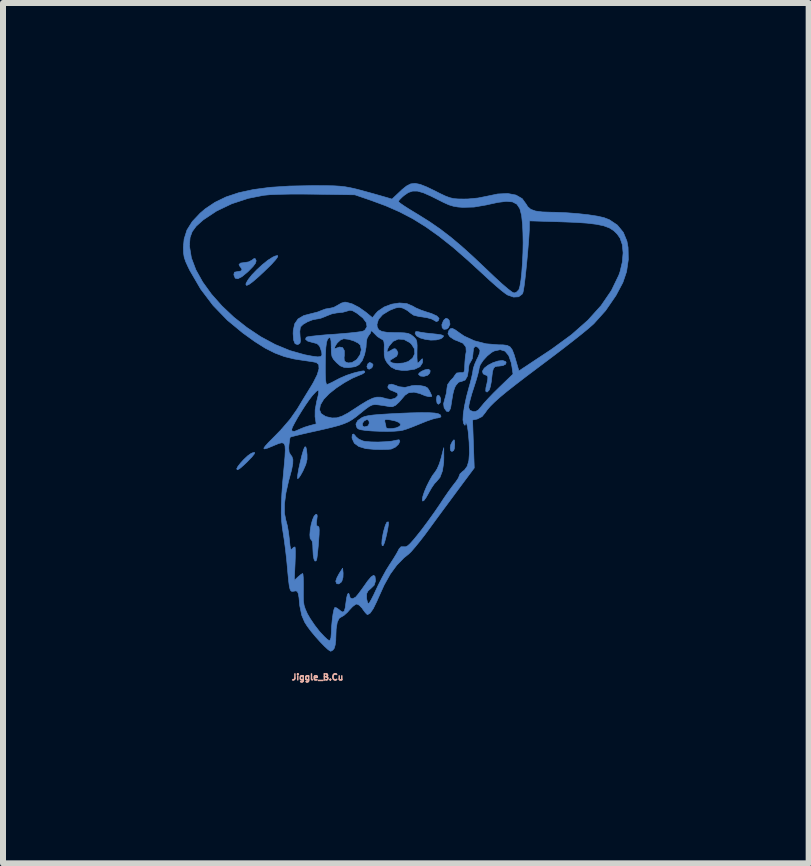
<source format=kicad_pcb>
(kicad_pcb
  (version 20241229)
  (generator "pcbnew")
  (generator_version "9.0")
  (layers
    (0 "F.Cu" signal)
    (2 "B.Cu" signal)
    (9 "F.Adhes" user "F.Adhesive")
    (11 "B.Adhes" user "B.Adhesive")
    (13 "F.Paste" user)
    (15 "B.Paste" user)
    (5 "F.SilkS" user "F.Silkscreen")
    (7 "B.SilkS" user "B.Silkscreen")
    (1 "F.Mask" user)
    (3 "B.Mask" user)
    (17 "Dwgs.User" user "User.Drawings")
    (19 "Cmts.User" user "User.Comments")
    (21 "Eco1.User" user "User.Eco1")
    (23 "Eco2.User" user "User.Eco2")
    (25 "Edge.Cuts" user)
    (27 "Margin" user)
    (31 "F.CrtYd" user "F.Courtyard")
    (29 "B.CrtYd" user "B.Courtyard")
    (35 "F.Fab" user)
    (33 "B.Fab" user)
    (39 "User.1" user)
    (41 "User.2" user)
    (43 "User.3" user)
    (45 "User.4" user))
  (footprint "Jiggle_B.Cu"
    (layer "F.Cu")
    (at 3.612 3.178)
    (property "Reference" "Jiggle_B.Cu" (at -1.372 5.055 0) (layer "B.SilkS") (effects (font (size 0.1 0.1) (thickness 0.025))))
    (attr board_only exclude_from_pos_files exclude_from_bom)
    (fp_poly (pts (xy -0.532 -0.167) (xy -0.549 -0.121) (xy -0.534 -0.085) (xy -0.51 -0.076) (xy -0.477 -0.093) (xy -0.46 -0.111) (xy -0.446 -0.149) (xy -0.466 -0.175) (xy -0.504 -0.189) (xy -0.532 -0.167)) (stroke (width 0.01) (type solid)) (fill yes) (layer "B.Cu"))
    (fp_poly (pts (xy 0.617 0.378) (xy 0.61 0.431) (xy 0.61 0.432) (xy 0.62 0.488) (xy 0.643 0.508) (xy 0.67 0.485) (xy 0.677 0.47) (xy 0.681 0.416) (xy 0.663 0.371) (xy 0.636 0.356) (xy 0.617 0.378)) (stroke (width 0.01) (type solid)) (fill yes) (layer "B.Cu"))
    (fp_poly (pts (xy -1.01 3.327) (xy -1.046 3.394) (xy -1.066 3.45) (xy -1.067 3.461) (xy -1.051 3.498) (xy -1.016 3.501) (xy -0.976 3.471) (xy -0.965 3.453) (xy -0.947 3.391) (xy -0.945 3.32) (xy -0.953 3.239) (xy -1.01 3.327)) (stroke (width 0.01) (type solid)) (fill yes) (layer "B.Cu"))
    (fp_poly (pts (xy 0.739 -0.901) (xy 0.725 -0.882) (xy 0.7 -0.818) (xy 0.706 -0.767) (xy 0.735 -0.74) (xy 0.78 -0.746) (xy 0.808 -0.767) (xy 0.836 -0.826) (xy 0.823 -0.889) (xy 0.802 -0.913) (xy 0.77 -0.926) (xy 0.739 -0.901)) (stroke (width 0.01) (type solid)) (fill yes) (layer "B.Cu"))
    (fp_poly (pts (xy 0.415 -0.065) (xy 0.358 -0.04) (xy 0.319 -0.009) (xy 0.312 0.011) (xy 0.344 0.038) (xy 0.401 0.043) (xy 0.461 0.025) (xy 0.464 0.024) (xy 0.499 -0.013) (xy 0.506 -0.052) (xy 0.481 -0.075) (xy 0.471 -0.076) (xy 0.415 -0.065)) (stroke (width 0.01) (type solid)) (fill yes) (layer "B.Cu"))
    (fp_poly (pts (xy 0.88 1.123) (xy 0.875 1.129) (xy 0.848 1.183) (xy 0.839 1.237) (xy 0.846 1.279) (xy 0.868 1.295) (xy 0.897 1.278) (xy 0.909 1.244) (xy 0.914 1.181) (xy 0.914 1.171) (xy 0.911 1.113) (xy 0.902 1.099) (xy 0.88 1.123)) (stroke (width 0.01) (type solid)) (fill yes) (layer "B.Cu"))
    (fp_poly (pts (xy -2.455 1.317) (xy -2.486 1.332) (xy -2.535 1.367) (xy -2.595 1.423) (xy -2.653 1.486) (xy -2.698 1.544) (xy -2.718 1.583) (xy -2.718 1.585) (xy -2.707 1.6) (xy -2.672 1.583) (xy -2.61 1.53) (xy -2.546 1.47) (xy -2.466 1.387) (xy -2.424 1.334) (xy -2.42 1.31) (xy -2.455 1.317)) (stroke (width 0.01) (type solid)) (fill yes) (layer "B.Cu"))
    (fp_poly (pts (xy -0.215 2.471) (xy -0.241 2.523) (xy -0.27 2.623) (xy -0.28 2.668) (xy -0.296 2.76) (xy -0.3 2.829) (xy -0.294 2.865) (xy -0.278 2.862) (xy -0.272 2.853) (xy -0.255 2.81) (xy -0.235 2.738) (xy -0.215 2.653) (xy -0.199 2.57) (xy -0.189 2.504) (xy -0.19 2.469) (xy -0.191 2.468) (xy -0.215 2.471)) (stroke (width 0.01) (type solid)) (fill yes) (layer "B.Cu"))
    (fp_poly (pts (xy -1.584 1.219) (xy -1.605 1.267) (xy -1.633 1.363) (xy -1.662 1.483) (xy -1.685 1.588) (xy -1.7 1.675) (xy -1.706 1.732) (xy -1.704 1.746) (xy -1.686 1.737) (xy -1.654 1.691) (xy -1.614 1.619) (xy -1.613 1.616) (xy -1.567 1.512) (xy -1.546 1.427) (xy -1.546 1.348) (xy -1.555 1.261) (xy -1.567 1.218) (xy -1.584 1.219)) (stroke (width 0.01) (type solid)) (fill yes) (layer "B.Cu"))
    (fp_poly (pts (xy -2.08 -1.961) (xy -2.118 -1.943) (xy -2.2 -1.891) (xy -2.291 -1.818) (xy -2.381 -1.735) (xy -2.463 -1.65) (xy -2.525 -1.572) (xy -2.561 -1.51) (xy -2.565 -1.489) (xy -2.553 -1.472) (xy -2.514 -1.488) (xy -2.447 -1.537) (xy -2.35 -1.621) (xy -2.252 -1.713) (xy -2.141 -1.821) (xy -2.069 -1.901) (xy -2.034 -1.951) (xy -2.037 -1.971) (xy -2.08 -1.961)) (stroke (width 0.01) (type solid)) (fill yes) (layer "B.Cu"))
    (fp_poly (pts (xy 0.254 -0.676) (xy 0.254 -0.675) (xy 0.277 -0.633) (xy 0.337 -0.598) (xy 0.421 -0.574) (xy 0.515 -0.561) (xy 0.606 -0.564) (xy 0.68 -0.583) (xy 0.7 -0.595) (xy 0.726 -0.619) (xy 0.724 -0.637) (xy 0.686 -0.65) (xy 0.608 -0.661) (xy 0.521 -0.67) (xy 0.428 -0.68) (xy 0.348 -0.692) (xy 0.311 -0.7) (xy 0.267 -0.704) (xy 0.254 -0.676)) (stroke (width 0.01) (type solid)) (fill yes) (layer "B.Cu"))
    (fp_poly (pts (xy 0.688 1.403) (xy 0.658 1.5) (xy 0.622 1.583) (xy 0.591 1.632) (xy 0.543 1.696) (xy 0.494 1.781) (xy 0.447 1.875) (xy 0.408 1.968) (xy 0.382 2.048) (xy 0.374 2.103) (xy 0.382 2.121) (xy 0.404 2.108) (xy 0.439 2.059) (xy 0.481 1.985) (xy 0.481 1.984) (xy 0.529 1.9) (xy 0.577 1.83) (xy 0.611 1.795) (xy 0.669 1.726) (xy 0.71 1.617) (xy 0.731 1.477) (xy 0.733 1.397) (xy 0.732 1.232) (xy 0.688 1.403)) (stroke (width 0.01) (type solid)) (fill yes) (layer "B.Cu"))
    (fp_poly (pts (xy -2.438 -1.915) (xy -2.46 -1.896) (xy -2.518 -1.865) (xy -2.585 -1.854) (xy -2.654 -1.845) (xy -2.68 -1.82) (xy -2.661 -1.784) (xy -2.654 -1.778) (xy -2.629 -1.74) (xy -2.649 -1.712) (xy -2.708 -1.702) (xy -2.755 -1.693) (xy -2.765 -1.658) (xy -2.764 -1.645) (xy -2.743 -1.593) (xy -2.699 -1.584) (xy -2.631 -1.618) (xy -2.538 -1.695) (xy -2.523 -1.709) (xy -2.446 -1.788) (xy -2.405 -1.843) (xy -2.394 -1.882) (xy -2.397 -1.892) (xy -2.413 -1.922) (xy -2.438 -1.915)) (stroke (width 0.01) (type solid)) (fill yes) (layer "B.Cu"))
    (fp_poly (pts (xy -0.791 1.011) (xy -0.797 1.058) (xy -0.794 1.079) (xy -0.758 1.157) (xy -0.683 1.212) (xy -0.567 1.247) (xy -0.408 1.261) (xy -0.302 1.262) (xy -0.211 1.26) (xy -0.15 1.255) (xy -0.14 1.253) (xy -0.072 1.221) (xy -0.02 1.171) (xy 0 1.123) (xy -0.013 1.099) (xy -0.057 1.106) (xy -0.133 1.122) (xy -0.24 1.132) (xy -0.362 1.137) (xy -0.48 1.135) (xy -0.576 1.127) (xy -0.615 1.119) (xy -0.685 1.088) (xy -0.733 1.047) (xy -0.737 1.04) (xy -0.769 1.003) (xy -0.791 1.011)) (stroke (width 0.01) (type solid)) (fill yes) (layer "B.Cu"))
    (fp_poly (pts (xy 1.637 -0.213) (xy 1.551 -0.185) (xy 1.47 -0.143) (xy 1.406 -0.093) (xy 1.376 -0.042) (xy 1.389 0.001) (xy 1.423 0.018) (xy 1.452 0.029) (xy 1.466 0.05) (xy 1.465 0.091) (xy 1.451 0.163) (xy 1.434 0.235) (xy 1.431 0.29) (xy 1.453 0.305) (xy 1.485 0.276) (xy 1.494 0.26) (xy 1.509 0.211) (xy 1.524 0.132) (xy 1.531 0.071) (xy 1.543 -0.029) (xy 1.559 -0.088) (xy 1.585 -0.117) (xy 1.627 -0.127) (xy 1.646 -0.127) (xy 1.719 -0.137) (xy 1.764 -0.161) (xy 1.771 -0.192) (xy 1.762 -0.204) (xy 1.712 -0.222) (xy 1.637 -0.213)) (stroke (width 0.01) (type solid)) (fill yes) (layer "B.Cu"))
    (fp_poly (pts (xy -1.4 2.342) (xy -1.429 2.372) (xy -1.456 2.435) (xy -1.478 2.516) (xy -1.493 2.604) (xy -1.499 2.684) (xy -1.494 2.743) (xy -1.475 2.768) (xy -1.473 2.769) (xy -1.46 2.792) (xy -1.451 2.854) (xy -1.448 2.932) (xy -1.443 3.022) (xy -1.431 3.087) (xy -1.414 3.121) (xy -1.395 3.116) (xy -1.386 3.094) (xy -1.379 3.056) (xy -1.37 2.979) (xy -1.36 2.877) (xy -1.354 2.8) (xy -1.345 2.68) (xy -1.343 2.603) (xy -1.347 2.559) (xy -1.359 2.542) (xy -1.367 2.54) (xy -1.388 2.528) (xy -1.39 2.483) (xy -1.384 2.435) (xy -1.376 2.369) (xy -1.383 2.342) (xy -1.4 2.342)) (stroke (width 0.01) (type solid)) (fill yes) (layer "B.Cu"))
    (fp_poly (pts (xy 0.18 0.651) (xy 0.008 0.658) (xy -0.184 0.668) (xy -0.332 0.677) (xy -0.444 0.687) (xy -0.525 0.698) (xy -0.584 0.711) (xy -0.628 0.728) (xy -0.63 0.729) (xy -0.702 0.78) (xy -0.732 0.838) (xy -0.716 0.895) (xy -0.696 0.917) (xy -0.653 0.932) (xy -0.571 0.944) (xy -0.462 0.953) (xy -0.338 0.958) (xy -0.211 0.96) (xy -0.094 0.957) (xy 0.003 0.949) (xy 0.051 0.94) (xy 0.115 0.92) (xy 0.209 0.885) (xy 0.311 0.844) (xy 0.016 0.844) (xy -0.000272 0.87) (xy -0.015 0.881) (xy -0.062 0.901) (xy -0.125 0.912) (xy -0.185 0.914) (xy -0.223 0.904) (xy -0.229 0.895) (xy -0.235 0.858) (xy -0.244 0.822) (xy -0.509 0.822) (xy -0.525 0.862) (xy -0.54 0.872) (xy -0.59 0.886) (xy -0.618 0.87) (xy -0.623 0.862) (xy -0.622 0.823) (xy -0.592 0.783) (xy -0.548 0.762) (xy -0.543 0.762) (xy -0.516 0.781) (xy -0.509 0.822) (xy -0.244 0.822) (xy -0.246 0.815) (xy -0.253 0.777) (xy -0.238 0.762) (xy -0.19 0.764) (xy -0.155 0.769) (xy -0.079 0.785) (xy -0.019 0.809) (xy -0.009 0.816) (xy 0.016 0.844) (xy 0.311 0.844) (xy 0.316 0.842) (xy 0.352 0.827) (xy 0.454 0.786) (xy 0.544 0.755) (xy 0.609 0.738) (xy 0.625 0.737) (xy 0.671 0.727) (xy 0.686 0.711) (xy 0.676 0.685) (xy 0.642 0.666) (xy 0.581 0.654) (xy 0.486 0.648) (xy 0.354 0.647) (xy 0.18 0.651)) (stroke (width 0.01) (type solid)) (fill yes) (layer "B.Cu"))
    (fp_poly (pts (xy 0.18 -3.164) (xy 0.112 -3.129) (xy 0.036 -3.068) (xy 0.01 -3.043) (xy -0.13 -2.911) (xy -0.236 -2.942) (xy -0.432 -2.998) (xy -0.588 -3.041) (xy -0.714 -3.075) (xy -0.819 -3.099) (xy -0.912 -3.116) (xy -1.002 -3.126) (xy -1.099 -3.132) (xy -1.213 -3.134) (xy -1.352 -3.135) (xy -1.473 -3.135) (xy -1.839 -3.128) (xy -2.16 -3.107) (xy -2.44 -3.07) (xy -2.684 -3.017) (xy -2.897 -2.946) (xy -3.082 -2.856) (xy -3.244 -2.747) (xy -3.326 -2.677) (xy -3.459 -2.536) (xy -3.547 -2.395) (xy -3.594 -2.246) (xy -3.607 -2.104) (xy -3.604 -2.015) (xy -3.593 -1.942) (xy -3.568 -1.868) (xy -3.525 -1.774) (xy -3.498 -1.72) (xy -3.318 -1.411) (xy -3.112 -1.139) (xy -2.873 -0.892) (xy -2.616 -0.68) (xy -2.417 -0.537) (xy -2.243 -0.427) (xy -2.082 -0.346) (xy -1.925 -0.287) (xy -1.762 -0.247) (xy -1.648 -0.229) (xy -1.545 -0.214) (xy -1.457 -0.201) (xy -1.4 -0.19) (xy -1.391 -0.188) (xy -1.351 -0.153) (xy -1.347 -0.084) (xy -1.376 0.015) (xy -1.44 0.143) (xy -1.469 0.193) (xy -1.544 0.315) (xy -1.629 0.454) (xy -1.706 0.582) (xy -1.716 0.597) (xy -1.828 0.757) (xy -1.977 0.93) (xy -2.082 1.038) (xy -2.181 1.137) (xy -2.242 1.204) (xy -2.267 1.241) (xy -2.254 1.252) (xy -2.205 1.239) (xy -2.119 1.204) (xy -2.089 1.191) (xy -2.017 1.161) (xy -1.965 1.149) (xy -1.931 1.16) (xy -1.913 1.199) (xy -1.909 1.272) (xy -1.914 1.385) (xy -1.928 1.543) (xy -1.928 1.543) (xy -1.951 1.794) (xy -1.966 2.003) (xy -1.974 2.177) (xy -1.976 2.323) (xy -1.97 2.45) (xy -1.958 2.564) (xy -1.947 2.634) (xy -1.928 2.756) (xy -1.908 2.906) (xy -1.89 3.062) (xy -1.88 3.162) (xy -1.865 3.328) (xy -1.853 3.451) (xy -1.842 3.535) (xy -1.83 3.588) (xy -1.816 3.616) (xy -1.798 3.626) (xy -1.775 3.624) (xy -1.764 3.622) (xy -1.731 3.617) (xy -1.708 3.628) (xy -1.692 3.663) (xy -1.68 3.73) (xy -1.67 3.839) (xy -1.667 3.867) (xy -1.634 4.025) (xy -1.586 4.138) (xy -1.542 4.207) (xy -1.479 4.291) (xy -1.404 4.381) (xy -1.326 4.468) (xy -1.253 4.543) (xy -1.193 4.598) (xy -1.154 4.622) (xy -1.15 4.623) (xy -1.115 4.603) (xy -1.093 4.574) (xy -1.077 4.518) (xy -1.067 4.439) (xy -1.067 4.412) (xy -1.061 4.253) (xy -1.043 4.141) (xy -1.012 4.075) (xy -0.98 4.054) (xy -0.932 4.027) (xy -0.872 3.973) (xy -0.842 3.938) (xy -0.787 3.879) (xy -0.737 3.842) (xy -0.716 3.836) (xy -0.676 3.856) (xy -0.629 3.905) (xy -0.616 3.925) (xy -0.575 3.98) (xy -0.544 4.011) (xy -0.537 4.013) (xy -0.495 3.988) (xy -0.443 3.914) (xy -0.383 3.791) (xy -0.362 3.742) (xy -0.261 3.519) (xy -0.159 3.337) (xy -0.051 3.189) (xy 0.068 3.067) (xy 0.149 3.002) (xy 0.19 2.962) (xy 0.253 2.889) (xy 0.333 2.791) (xy 0.422 2.676) (xy 0.488 2.586) (xy 0.599 2.434) (xy 0.724 2.264) (xy 0.85 2.094) (xy 0.963 1.941) (xy 0.994 1.899) (xy 1.24 1.569) (xy 1.226 1.17) (xy 1.212 0.77) (xy 1.289 0.754) (xy 1.37 0.713) (xy 1.419 0.653) (xy 1.457 0.599) (xy 1.509 0.539) (xy 1.578 0.471) (xy 1.668 0.39) (xy 1.784 0.294) (xy 1.929 0.18) (xy 2.106 0.044) (xy 2.158 0.005) (xy 1.886 0.005) (xy 1.658 0.225) (xy 1.562 0.319) (xy 1.474 0.411) (xy 1.402 0.49) (xy 1.36 0.541) (xy 1.308 0.603) (xy 1.262 0.629) (xy 1.223 0.63) (xy 1.167 0.608) (xy 1.147 0.564) (xy 1.152 0.517) (xy 1.171 0.435) (xy 1.2 0.33) (xy 1.23 0.238) (xy 1.267 0.123) (xy 1.297 0.021) (xy 1.316 -0.056) (xy 1.321 -0.091) (xy 1.34 -0.151) (xy 1.39 -0.225) (xy 1.457 -0.298) (xy 1.53 -0.357) (xy 1.573 -0.38) (xy 1.672 -0.402) (xy 1.753 -0.377) (xy 1.814 -0.304) (xy 1.856 -0.185) (xy 1.868 -0.118) (xy 1.886 0.005) (xy 2.158 0.005) (xy 2.32 -0.117) (xy 2.4 -0.177) (xy 2.57 -0.305) (xy 2.735 -0.431) (xy 2.889 -0.551) (xy 3.024 -0.658) (xy 3.134 -0.748) (xy 3.212 -0.816) (xy 3.233 -0.835) (xy 3.428 -1.052) (xy 3.601 -1.304) (xy 3.716 -1.52) (xy 3.778 -1.702) (xy 3.807 -1.903) (xy 3.805 -2.015) (xy 3.72 -2.015) (xy 3.707 -1.861) (xy 3.669 -1.701) (xy 3.649 -1.644) (xy 3.525 -1.387) (xy 3.353 -1.136) (xy 3.132 -0.891) (xy 2.861 -0.652) (xy 2.54 -0.417) (xy 2.502 -0.391) (xy 2.375 -0.307) (xy 2.257 -0.229) (xy 2.158 -0.163) (xy 2.086 -0.115) (xy 2.053 -0.094) (xy 1.984 -0.047) (xy 1.941 -0.195) (xy 1.905 -0.317) (xy 1.873 -0.399) (xy 1.837 -0.448) (xy 1.789 -0.473) (xy 1.719 -0.482) (xy 1.64 -0.483) (xy 1.436 -0.5) (xy 1.242 -0.55) (xy 1.072 -0.628) (xy 1.004 -0.674) (xy 0.926 -0.73) (xy 0.876 -0.756) (xy 0.844 -0.752) (xy 0.818 -0.721) (xy 0.813 -0.712) (xy 0.802 -0.668) (xy 0.828 -0.625) (xy 0.841 -0.612) (xy 0.908 -0.568) (xy 0.966 -0.546) (xy 1.052 -0.509) (xy 1.101 -0.447) (xy 1.106 -0.37) (xy 1.105 -0.363) (xy 1.093 -0.296) (xy 1.085 -0.205) (xy 1.082 -0.152) (xy 1.079 -0.073) (xy 1.07 -0.032) (xy 1.049 -0.018) (xy 1.009 -0.02) (xy 0.947 -0.013) (xy 0.922 0.018) (xy 0.889 0.067) (xy 0.846 0.11) (xy 0.796 0.18) (xy 0.786 0.237) (xy 0.777 0.316) (xy 0.754 0.404) (xy 0.75 0.416) (xy 0.729 0.498) (xy 0.737 0.561) (xy 0.743 0.575) (xy 0.779 0.625) (xy 0.815 0.628) (xy 0.842 0.583) (xy 0.849 0.552) (xy 0.869 0.425) (xy 0.884 0.337) (xy 0.899 0.277) (xy 0.914 0.232) (xy 0.93 0.198) (xy 0.979 0.14) (xy 1.03 0.127) (xy 1.089 0.104) (xy 1.127 0.037) (xy 1.143 -0.069) (xy 1.143 -0.087) (xy 1.154 -0.155) (xy 1.18 -0.202) (xy 1.181 -0.203) (xy 1.208 -0.253) (xy 1.219 -0.336) (xy 1.219 -0.346) (xy 1.229 -0.425) (xy 1.255 -0.458) (xy 1.295 -0.445) (xy 1.321 -0.418) (xy 1.336 -0.388) (xy 1.33 -0.345) (xy 1.302 -0.277) (xy 1.286 -0.247) (xy 1.249 -0.164) (xy 1.225 -0.093) (xy 1.219 -0.06) (xy 1.212 -0.011) (xy 1.194 0.07) (xy 1.168 0.172) (xy 1.156 0.212) (xy 1.11 0.384) (xy 1.077 0.539) (xy 1.057 0.67) (xy 1.052 0.769) (xy 1.063 0.829) (xy 1.064 0.831) (xy 1.085 0.859) (xy 1.092 0.842) (xy 1.092 0.838) (xy 1.097 0.813) (xy 1.112 0.833) (xy 1.115 0.838) (xy 1.126 0.878) (xy 1.138 0.957) (xy 1.148 1.061) (xy 1.155 1.145) (xy 1.16 1.317) (xy 1.15 1.446) (xy 1.123 1.54) (xy 1.076 1.605) (xy 1.043 1.63) (xy 1.002 1.669) (xy 0.991 1.698) (xy 0.975 1.738) (xy 0.936 1.796) (xy 0.912 1.826) (xy 0.867 1.885) (xy 0.803 1.973) (xy 0.73 2.079) (xy 0.669 2.172) (xy 0.578 2.305) (xy 0.471 2.454) (xy 0.366 2.595) (xy 0.314 2.661) (xy 0.231 2.763) (xy 0.171 2.83) (xy 0.128 2.868) (xy 0.095 2.883) (xy 0.067 2.882) (xy 0.02 2.882) (xy -0.013 2.918) (xy -0.023 2.938) (xy -0.053 2.994) (xy -0.102 3.075) (xy -0.16 3.165) (xy -0.167 3.175) (xy -0.229 3.274) (xy -0.298 3.4) (xy -0.364 3.53) (xy -0.388 3.581) (xy -0.435 3.682) (xy -0.477 3.764) (xy -0.508 3.816) (xy -0.521 3.829) (xy -0.538 3.812) (xy -0.551 3.758) (xy -0.554 3.736) (xy -0.553 3.664) (xy -0.529 3.617) (xy -0.484 3.578) (xy -0.427 3.522) (xy -0.407 3.457) (xy -0.406 3.437) (xy -0.414 3.375) (xy -0.437 3.357) (xy -0.478 3.384) (xy -0.538 3.455) (xy -0.582 3.518) (xy -0.642 3.602) (xy -0.696 3.674) (xy -0.735 3.72) (xy -0.739 3.723) (xy -0.789 3.749) (xy -0.827 3.734) (xy -0.838 3.694) (xy -0.85 3.661) (xy -0.86 3.658) (xy -0.874 3.681) (xy -0.888 3.74) (xy -0.896 3.797) (xy -0.91 3.899) (xy -0.926 3.955) (xy -0.95 3.971) (xy -0.986 3.952) (xy -1.006 3.935) (xy -1.052 3.901) (xy -1.082 3.894) (xy -1.084 3.895) (xy -1.099 3.932) (xy -1.114 4.007) (xy -1.127 4.105) (xy -1.137 4.214) (xy -1.141 4.312) (xy -1.148 4.4) (xy -1.165 4.441) (xy -1.176 4.445) (xy -1.207 4.427) (xy -1.259 4.378) (xy -1.324 4.309) (xy -1.344 4.286) (xy -1.419 4.189) (xy -1.491 4.083) (xy -1.544 3.992) (xy -1.545 3.988) (xy -1.576 3.918) (xy -1.596 3.855) (xy -1.606 3.785) (xy -1.608 3.691) (xy -1.607 3.588) (xy -1.607 3.48) (xy -1.609 3.394) (xy -1.614 3.34) (xy -1.619 3.327) (xy -1.647 3.343) (xy -1.693 3.381) (xy -1.697 3.385) (xy -1.759 3.442) (xy -1.746 3.17) (xy -1.742 3.058) (xy -1.741 2.965) (xy -1.743 2.904) (xy -1.747 2.885) (xy -1.77 2.891) (xy -1.792 2.914) (xy -1.808 2.928) (xy -1.82 2.914) (xy -1.83 2.864) (xy -1.839 2.771) (xy -1.841 2.755) (xy -1.855 2.641) (xy -1.874 2.532) (xy -1.896 2.449) (xy -1.898 2.445) (xy -1.922 2.324) (xy -1.922 2.168) (xy -1.898 1.984) (xy -1.852 1.78) (xy -1.84 1.738) (xy -1.803 1.6) (xy -1.784 1.499) (xy -1.782 1.429) (xy -1.798 1.379) (xy -1.819 1.352) (xy -1.845 1.307) (xy -1.851 1.235) (xy -1.848 1.189) (xy -1.839 1.115) (xy -1.83 1.066) (xy -1.826 1.056) (xy -1.799 1.047) (xy -1.731 1.03) (xy -1.632 1.006) (xy -1.511 0.978) (xy -1.46 0.967) (xy -1.273 0.925) (xy -1.127 0.89) (xy -1.014 0.86) (xy -0.927 0.83) (xy -0.855 0.799) (xy -0.793 0.762) (xy -0.73 0.717) (xy -0.66 0.66) (xy -0.658 0.659) (xy -0.57 0.587) (xy -0.508 0.543) (xy -0.461 0.52) (xy -0.416 0.513) (xy -0.363 0.517) (xy -0.356 0.518) (xy -0.268 0.53) (xy -0.189 0.544) (xy -0.172 0.548) (xy -0.123 0.549) (xy -0.071 0.525) (xy -0.01 0.469) (xy 0.07 0.376) (xy 0.082 0.36) (xy 0.147 0.316) (xy 0.237 0.306) (xy 0.337 0.33) (xy 0.365 0.343) (xy 0.425 0.367) (xy 0.484 0.381) (xy 0.525 0.38) (xy 0.533 0.372) (xy 0.523 0.346) (xy 0.498 0.293) (xy 0.495 0.287) (xy 0.463 0.237) (xy 0.417 0.211) (xy 0.341 0.197) (xy 0.336 0.196) (xy 0.256 0.193) (xy 0.191 0.2) (xy 0.173 0.206) (xy 0.086 0.227) (xy -0.016 0.215) (xy -0.073 0.192) (xy -0.137 0.173) (xy -0.184 0.182) (xy -0.2 0.217) (xy -0.196 0.236) (xy -0.163 0.268) (xy -0.103 0.292) (xy -0.043 0.319) (xy -0.029 0.357) (xy -0.064 0.397) (xy -0.089 0.411) (xy -0.151 0.427) (xy -0.224 0.416) (xy -0.252 0.407) (xy -0.32 0.39) (xy -0.384 0.389) (xy -0.453 0.407) (xy -0.538 0.448) (xy -0.648 0.514) (xy -0.738 0.573) (xy -0.867 0.656) (xy -0.968 0.708) (xy -1.052 0.734) (xy -1.131 0.736) (xy -1.215 0.717) (xy -1.241 0.709) (xy -1.311 0.664) (xy -1.338 0.599) (xy -1.323 0.517) (xy -1.268 0.425) (xy -1.178 0.331) (xy -1.13 0.293) (xy -1.351 0.293) (xy -1.359 0.354) (xy -1.385 0.46) (xy -1.386 0.465) (xy -1.411 0.601) (xy -1.412 0.717) (xy -1.41 0.728) (xy -1.394 0.835) (xy -1.504 0.864) (xy -1.588 0.89) (xy -1.662 0.92) (xy -1.676 0.927) (xy -1.753 0.959) (xy -1.795 0.955) (xy -1.803 0.932) (xy -1.79 0.891) (xy -1.753 0.819) (xy -1.701 0.726) (xy -1.638 0.623) (xy -1.572 0.521) (xy -1.508 0.429) (xy -1.454 0.359) (xy -1.442 0.346) (xy -1.391 0.292) (xy -1.361 0.273) (xy -1.351 0.293) (xy -1.13 0.293) (xy -1.058 0.236) (xy -0.923 0.147) (xy -0.791 0.074) (xy -0.696 0.033) (xy -0.63 0.006) (xy -0.59 -0.019) (xy -0.584 -0.028) (xy -0.588 -0.044) (xy -0.607 -0.049) (xy -0.65 -0.042) (xy -0.729 -0.024) (xy -0.774 -0.012) (xy -0.886 0.025) (xy -1.002 0.075) (xy -1.056 0.103) (xy -1.131 0.143) (xy -1.19 0.17) (xy -1.216 0.178) (xy -1.229 0.157) (xy -1.238 0.095) (xy -1.242 -0.014) (xy -1.242 -0.146) (xy -1.239 -0.313) (xy -1.233 -0.435) (xy -1.222 -0.52) (xy -1.206 -0.572) (xy -1.184 -0.599) (xy -1.174 -0.603) (xy -1.156 -0.593) (xy -1.146 -0.544) (xy -1.143 -0.45) (xy -1.143 -0.444) (xy -1.141 -0.35) (xy -1.131 -0.29) (xy -1.107 -0.244) (xy -1.063 -0.195) (xy -1.057 -0.188) (xy -0.992 -0.132) (xy -0.93 -0.107) (xy -0.857 -0.102) (xy -0.741 -0.119) (xy -0.68 -0.152) (xy -0.627 -0.219) (xy -0.587 -0.321) (xy -0.571 -0.4) (xy -0.642 -0.4) (xy -0.664 -0.315) (xy -0.715 -0.241) (xy -0.729 -0.229) (xy -0.798 -0.187) (xy -0.859 -0.181) (xy -0.899 -0.193) (xy -0.925 -0.217) (xy -0.929 -0.27) (xy -0.925 -0.302) (xy -0.925 -0.386) (xy -0.953 -0.436) (xy -1.004 -0.446) (xy -1.04 -0.433) (xy -1.082 -0.419) (xy -1.088 -0.439) (xy -1.06 -0.489) (xy -1.04 -0.517) (xy -0.988 -0.564) (xy -0.936 -0.584) (xy -0.935 -0.584) (xy -0.851 -0.574) (xy -0.764 -0.547) (xy -0.693 -0.511) (xy -0.657 -0.477) (xy -0.642 -0.4) (xy -0.571 -0.4) (xy -0.563 -0.442) (xy -0.559 -0.516) (xy -0.548 -0.585) (xy -0.523 -0.633) (xy -0.521 -0.635) (xy -0.488 -0.68) (xy -0.483 -0.705) (xy -0.471 -0.717) (xy -0.437 -0.685) (xy -0.428 -0.675) (xy -0.373 -0.62) (xy -0.315 -0.583) (xy -0.315 -0.583) (xy -0.282 -0.566) (xy -0.265 -0.536) (xy -0.259 -0.482) (xy -0.261 -0.409) (xy -0.26 -0.31) (xy -0.245 -0.242) (xy -0.213 -0.186) (xy -0.145 -0.112) (xy -0.065 -0.071) (xy 0.041 -0.056) (xy 0.119 -0.057) (xy 0.249 -0.077) (xy 0.335 -0.118) (xy 0.376 -0.181) (xy 0.38 -0.213) (xy 0.377 -0.25) (xy 0.36 -0.241) (xy 0.346 -0.222) (xy 0.312 -0.187) (xy 0.296 -0.178) (xy 0.29 -0.201) (xy 0.286 -0.263) (xy 0.286 -0.335) (xy 0.249 -0.335) (xy 0.213 -0.261) (xy 0.141 -0.205) (xy 0.062 -0.18) (xy -0.041 -0.171) (xy -0.121 -0.18) (xy -0.166 -0.205) (xy -0.167 -0.206) (xy -0.157 -0.23) (xy -0.115 -0.254) (xy -0.052 -0.294) (xy -0.031 -0.347) (xy -0.052 -0.395) (xy -0.08 -0.419) (xy -0.113 -0.412) (xy -0.145 -0.392) (xy -0.197 -0.364) (xy -0.216 -0.37) (xy -0.203 -0.414) (xy -0.181 -0.459) (xy -0.113 -0.54) (xy -0.027 -0.578) (xy 0.068 -0.572) (xy 0.164 -0.521) (xy 0.193 -0.495) (xy 0.243 -0.416) (xy 0.249 -0.335) (xy 0.286 -0.335) (xy 0.286 -0.351) (xy 0.286 -0.37) (xy 0.288 -0.47) (xy 0.283 -0.533) (xy 0.269 -0.574) (xy 0.24 -0.607) (xy 0.221 -0.624) (xy 0.181 -0.654) (xy 0.137 -0.673) (xy 0.076 -0.682) (xy -0.015 -0.686) (xy -0.076 -0.686) (xy -0.208 -0.69) (xy -0.298 -0.705) (xy -0.352 -0.734) (xy -0.377 -0.78) (xy -0.381 -0.824) (xy -0.356 -0.907) (xy -0.286 -0.986) (xy -0.175 -1.054) (xy -0.151 -1.065) (xy -0.069 -1.097) (xy -0.013 -1.107) (xy 0.037 -1.098) (xy 0.06 -1.09) (xy 0.128 -1.053) (xy 0.179 -1.011) (xy 0.232 -0.975) (xy 0.325 -0.953) (xy 0.369 -0.948) (xy 0.459 -0.933) (xy 0.533 -0.912) (xy 0.566 -0.894) (xy 0.609 -0.869) (xy 0.64 -0.883) (xy 0.654 -0.923) (xy 0.617 -0.963) (xy 0.53 -1.003) (xy 0.45 -1.028) (xy 0.353 -1.061) (xy 0.264 -1.099) (xy 0.216 -1.127) (xy 0.116 -1.17) (xy -0.007 -1.18) (xy -0.137 -1.16) (xy -0.261 -1.113) (xy -0.366 -1.042) (xy -0.403 -1.002) (xy -0.456 -0.935) (xy -0.566 -1.026) (xy -0.681 -1.107) (xy -0.794 -1.165) (xy -0.893 -1.192) (xy -0.916 -1.194) (xy -0.974 -1.178) (xy -1.034 -1.143) (xy -1.102 -1.106) (xy -1.165 -1.092) (xy -1.239 -1.08) (xy -1.298 -1.058) (xy -1.368 -1.03) (xy -1.453 -1.008) (xy -1.463 -1.006) (xy -1.601 -0.97) (xy -1.696 -0.914) (xy -1.752 -0.833) (xy -1.776 -0.72) (xy -1.778 -0.669) (xy -1.77 -0.562) (xy -1.746 -0.502) (xy -1.706 -0.487) (xy -1.689 -0.492) (xy -1.663 -0.512) (xy -1.655 -0.552) (xy -1.662 -0.622) (xy -1.667 -0.705) (xy -1.658 -0.772) (xy -1.653 -0.783) (xy -1.611 -0.824) (xy -1.539 -0.866) (xy -1.455 -0.899) (xy -1.379 -0.914) (xy -1.37 -0.914) (xy -1.316 -0.926) (xy -1.243 -0.954) (xy -1.219 -0.965) (xy -1.134 -0.998) (xy -1.048 -1.015) (xy -1.031 -1.016) (xy -0.949 -1.025) (xy -0.878 -1.045) (xy -0.832 -1.059) (xy -0.786 -1.05) (xy -0.723 -1.014) (xy -0.712 -1.007) (xy -0.615 -0.929) (xy -0.559 -0.854) (xy -0.547 -0.786) (xy -0.58 -0.731) (xy -0.608 -0.712) (xy -0.647 -0.703) (xy -0.727 -0.692) (xy -0.84 -0.68) (xy -0.975 -0.668) (xy -1.094 -0.659) (xy -1.24 -0.649) (xy -1.367 -0.637) (xy -1.469 -0.626) (xy -1.536 -0.616) (xy -1.559 -0.609) (xy -1.571 -0.575) (xy -1.536 -0.545) (xy -1.459 -0.523) (xy -1.449 -0.521) (xy -1.379 -0.502) (xy -1.34 -0.465) (xy -1.323 -0.426) (xy -1.301 -0.356) (xy -1.298 -0.31) (xy -1.32 -0.286) (xy -1.373 -0.282) (xy -1.463 -0.294) (xy -1.588 -0.318) (xy -1.832 -0.387) (xy -2.077 -0.488) (xy -2.317 -0.617) (xy -2.548 -0.771) (xy -2.766 -0.943) (xy -2.964 -1.13) (xy -3.139 -1.327) (xy -3.285 -1.529) (xy -3.398 -1.732) (xy -3.473 -1.931) (xy -3.504 -2.121) (xy -3.505 -2.153) (xy -3.495 -2.271) (xy -3.46 -2.368) (xy -3.393 -2.459) (xy -3.286 -2.555) (xy -3.273 -2.566) (xy -3.053 -2.712) (xy -2.8 -2.833) (xy -2.526 -2.923) (xy -2.268 -2.974) (xy -2.161 -2.984) (xy -2.009 -2.99) (xy -1.82 -2.994) (xy -1.601 -2.994) (xy -1.401 -2.992) (xy -0.749 -2.982) (xy -0.475 -2.888) (xy -0.232 -2.798) (xy -0.004 -2.698) (xy 0.215 -2.584) (xy 0.431 -2.45) (xy 0.652 -2.293) (xy 0.884 -2.109) (xy 1.133 -1.892) (xy 1.382 -1.664) (xy 1.494 -1.56) (xy 1.6 -1.466) (xy 1.692 -1.388) (xy 1.762 -1.334) (xy 1.794 -1.313) (xy 1.895 -1.278) (xy 1.979 -1.283) (xy 2.038 -1.327) (xy 2.049 -1.346) (xy 2.059 -1.387) (xy 2.072 -1.469) (xy 2.086 -1.583) (xy 2.101 -1.72) (xy 2.116 -1.87) (xy 2.13 -2.023) (xy 2.142 -2.171) (xy 2.144 -2.186) (xy 2.054 -2.186) (xy 2.051 -2.015) (xy 2.043 -1.848) (xy 2.032 -1.693) (xy 2.018 -1.561) (xy 2.001 -1.46) (xy 1.983 -1.4) (xy 1.983 -1.4) (xy 1.941 -1.358) (xy 1.903 -1.346) (xy 1.867 -1.364) (xy 1.799 -1.416) (xy 1.702 -1.499) (xy 1.581 -1.61) (xy 1.44 -1.744) (xy 1.22 -1.952) (xy 1.025 -2.128) (xy 0.845 -2.279) (xy 0.671 -2.412) (xy 0.496 -2.533) (xy 0.311 -2.649) (xy 0.273 -2.672) (xy 0.164 -2.738) (xy 0.073 -2.796) (xy 0.008 -2.841) (xy -0.024 -2.867) (xy -0.025 -2.87) (xy -0.007 -2.898) (xy 0.038 -2.943) (xy 0.069 -2.97) (xy 0.141 -3.02) (xy 0.213 -3.044) (xy 0.293 -3.044) (xy 0.392 -3.016) (xy 0.517 -2.961) (xy 0.609 -2.915) (xy 0.728 -2.855) (xy 0.817 -2.815) (xy 0.892 -2.792) (xy 0.968 -2.779) (xy 1.048 -2.773) (xy 1.237 -2.778) (xy 1.445 -2.814) (xy 1.456 -2.817) (xy 1.636 -2.856) (xy 1.775 -2.873) (xy 1.878 -2.864) (xy 1.951 -2.825) (xy 2 -2.751) (xy 2.029 -2.638) (xy 2.045 -2.482) (xy 2.051 -2.349) (xy 2.054 -2.186) (xy 2.144 -2.186) (xy 2.152 -2.304) (xy 2.158 -2.412) (xy 2.159 -2.47) (xy 2.159 -2.548) (xy 2.686 -2.532) (xy 2.925 -2.523) (xy 3.119 -2.51) (xy 3.274 -2.491) (xy 3.396 -2.466) (xy 3.491 -2.431) (xy 3.564 -2.385) (xy 3.622 -2.328) (xy 3.67 -2.259) (xy 3.707 -2.152) (xy 3.72 -2.015) (xy 3.805 -2.015) (xy 3.803 -2.105) (xy 3.784 -2.21) (xy 3.724 -2.356) (xy 3.624 -2.478) (xy 3.491 -2.567) (xy 3.401 -2.602) (xy 3.289 -2.627) (xy 3.139 -2.65) (xy 2.965 -2.669) (xy 2.781 -2.683) (xy 2.598 -2.691) (xy 2.527 -2.692) (xy 2.372 -2.697) (xy 2.26 -2.712) (xy 2.182 -2.74) (xy 2.131 -2.784) (xy 2.106 -2.825) (xy 2.039 -2.918) (xy 1.935 -2.978) (xy 1.798 -3.004) (xy 1.63 -2.996) (xy 1.448 -2.958) (xy 1.303 -2.929) (xy 1.136 -2.913) (xy 1.067 -2.912) (xy 0.971 -2.913) (xy 0.898 -2.919) (xy 0.833 -2.934) (xy 0.76 -2.961) (xy 0.667 -3.005) (xy 0.591 -3.044) (xy 0.448 -3.113) (xy 0.339 -3.156) (xy 0.253 -3.173) (xy 0.18 -3.164)) (stroke (width 0.01) (type solid)) (fill yes) (layer "B.Cu")))
  (gr_rect
    (start -3 -3)
    (end 10.424 11.335)
    (stroke (width 0.1) (type default))
    (fill no)
    (layer "Edge.Cuts")))
</source>
